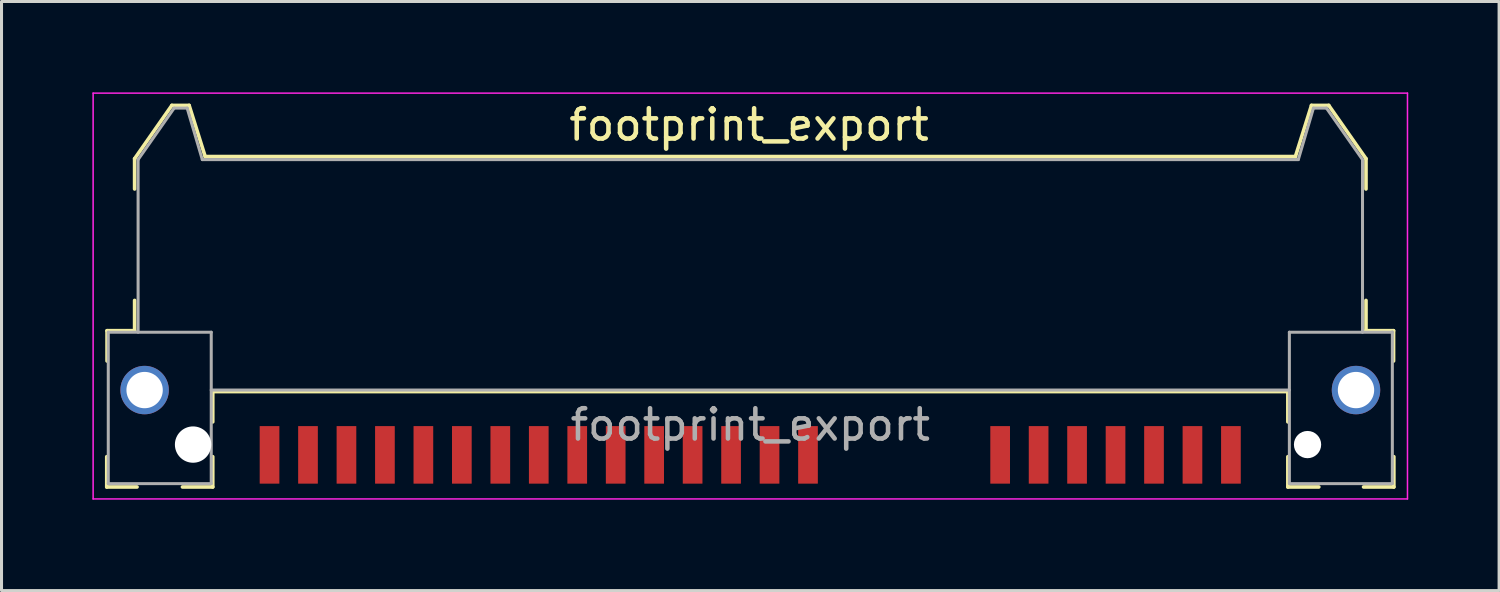
<source format=kicad_pcb>
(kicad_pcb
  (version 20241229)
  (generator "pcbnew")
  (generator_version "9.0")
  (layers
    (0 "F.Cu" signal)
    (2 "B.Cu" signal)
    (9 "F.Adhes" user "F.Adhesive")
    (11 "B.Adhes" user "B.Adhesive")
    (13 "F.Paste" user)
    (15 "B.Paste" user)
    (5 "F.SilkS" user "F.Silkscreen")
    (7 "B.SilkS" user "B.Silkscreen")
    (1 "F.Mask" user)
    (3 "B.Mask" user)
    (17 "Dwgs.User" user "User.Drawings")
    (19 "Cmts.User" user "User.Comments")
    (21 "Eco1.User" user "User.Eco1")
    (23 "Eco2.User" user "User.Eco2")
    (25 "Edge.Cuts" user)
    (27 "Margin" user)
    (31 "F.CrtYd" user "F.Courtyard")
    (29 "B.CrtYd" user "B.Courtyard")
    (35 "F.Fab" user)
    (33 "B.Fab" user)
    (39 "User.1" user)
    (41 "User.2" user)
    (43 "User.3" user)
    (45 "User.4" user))
  (footprint "footprint_export"
    (layer "F.Cu")
    (at 21.725 10.975)
    (property "Reference" "footprint_export" (at -0.041 -9.906 0) (layer "F.SilkS") (effects (font (size 1 1) (thickness 0.15))))
    (attr smd)
    (fp_line (start -21.25 1.055) (end -21.25 2.055) (stroke (width 0.12) (type solid)) (layer "F.SilkS"))
    (fp_line (start -21.25 2.055) (end -20.25 2.055) (stroke (width 0.12) (type solid)) (layer "F.SilkS"))
    (fp_line (start -21.24 -3.105) (end -21.24 -2.105) (stroke (width 0.12) (type solid)) (layer "F.SilkS"))
    (fp_line (start -21.24 -3.105) (end -20.33 -3.105) (stroke (width 0.12) (type solid)) (layer "F.SilkS"))
    (fp_line (start -20.33 -8.785) (end -20.33 -7.785) (stroke (width 0.12) (type solid)) (layer "F.SilkS"))
    (fp_line (start -20.33 -8.785) (end -19.1 -10.545) (stroke (width 0.12) (type solid)) (layer "F.SilkS"))
    (fp_line (start -20.33 -3.105) (end -20.33 -4.105) (stroke (width 0.12) (type solid)) (layer "F.SilkS"))
    (fp_line (start -19.1 -10.545) (end -18.53 -10.545) (stroke (width 0.12) (type solid)) (layer "F.SilkS"))
    (fp_line (start -18.75 2.055) (end -17.75 2.055) (stroke (width 0.12) (type solid)) (layer "F.SilkS"))
    (fp_line (start -18 -8.855) (end -18.53 -10.545) (stroke (width 0.12) (type solid)) (layer "F.SilkS"))
    (fp_line (start -17.75 -1.095) (end -17.75 -0.095) (stroke (width 0.12) (type solid)) (layer "F.SilkS"))
    (fp_line (start -17.75 1.055) (end -17.75 2.055) (stroke (width 0.12) (type solid)) (layer "F.SilkS"))
    (fp_line (start 17.75 -1.095) (end -17.75 -1.095) (stroke (width 0.12) (type solid)) (layer "F.SilkS"))
    (fp_line (start 17.75 -1.095) (end 17.75 -0.095) (stroke (width 0.12) (type solid)) (layer "F.SilkS"))
    (fp_line (start 17.75 1.055) (end 17.75 2.055) (stroke (width 0.12) (type solid)) (layer "F.SilkS"))
    (fp_line (start 18 -8.855) (end -18 -8.855) (stroke (width 0.12) (type solid)) (layer "F.SilkS"))
    (fp_line (start 18 -8.855) (end 18.53 -10.545) (stroke (width 0.12) (type solid)) (layer "F.SilkS"))
    (fp_line (start 18.773 2.055) (end 17.75 2.055) (stroke (width 0.12) (type solid)) (layer "F.SilkS"))
    (fp_line (start 19.1 -10.545) (end 18.53 -10.545) (stroke (width 0.12) (type solid)) (layer "F.SilkS"))
    (fp_line (start 20.33 -8.785) (end 19.1 -10.545) (stroke (width 0.12) (type solid)) (layer "F.SilkS"))
    (fp_line (start 20.33 -8.785) (end 20.33 -7.785) (stroke (width 0.12) (type solid)) (layer "F.SilkS"))
    (fp_line (start 20.33 -3.105) (end 20.33 -4.105) (stroke (width 0.12) (type solid)) (layer "F.SilkS"))
    (fp_line (start 21.24 -3.105) (end 20.33 -3.105) (stroke (width 0.12) (type solid)) (layer "F.SilkS"))
    (fp_line (start 21.24 -3.105) (end 21.24 -2.105) (stroke (width 0.12) (type solid)) (layer "F.SilkS"))
    (fp_line (start 21.25 1.055) (end 21.25 2.055) (stroke (width 0.12) (type solid)) (layer "F.SilkS"))
    (fp_line (start 21.25 2.055) (end 20.25 2.055) (stroke (width 0.12) (type solid)) (layer "F.SilkS"))
    (fp_line (start -21.7 -10.95) (end -21.7 2.45) (stroke (width 0.05) (type solid)) (layer "F.CrtYd"))
    (fp_line (start -21.7 -10.95) (end 21.7 -10.95) (stroke (width 0.05) (type solid)) (layer "F.CrtYd"))
    (fp_line (start -21.7 2.45) (end 21.7 2.45) (stroke (width 0.05) (type solid)) (layer "F.CrtYd"))
    (fp_line (start 21.7 -10.95) (end 21.7 2.45) (stroke (width 0.05) (type solid)) (layer "F.CrtYd"))
    (fp_line (start -21.2 -3.055) (end -21.2 1.945) (stroke (width 0.1) (type solid)) (layer "F.Fab"))
    (fp_line (start -21.2 -3.055) (end -17.8 -3.055) (stroke (width 0.1) (type solid)) (layer "F.Fab"))
    (fp_line (start -21.2 1.945) (end -17.8 1.945) (stroke (width 0.1) (type solid)) (layer "F.Fab"))
    (fp_line (start -20.215 -8.755) (end -20.215 -3.055) (stroke (width 0.1) (type solid)) (layer "F.Fab"))
    (fp_line (start -20.215 -8.755) (end -19.025 -10.455) (stroke (width 0.1) (type solid)) (layer "F.Fab"))
    (fp_line (start -18.595 -10.455) (end -19.025 -10.455) (stroke (width 0.1) (type solid)) (layer "F.Fab"))
    (fp_line (start -18.595 -10.455) (end -18.095 -8.755) (stroke (width 0.1) (type solid)) (layer "F.Fab"))
    (fp_line (start -17.8 -3.055) (end -17.8 1.945) (stroke (width 0.1) (type solid)) (layer "F.Fab"))
    (fp_line (start 17.8 -3.055) (end 17.8 1.93) (stroke (width 0.1) (type solid)) (layer "F.Fab"))
    (fp_line (start 17.8 -1.145) (end -17.8 -1.145) (stroke (width 0.1) (type solid)) (layer "F.Fab"))
    (fp_line (start 18.095 -8.755) (end -18.095 -8.755) (stroke (width 0.1) (type solid)) (layer "F.Fab"))
    (fp_line (start 18.595 -10.455) (end 18.095 -8.755) (stroke (width 0.1) (type solid)) (layer "F.Fab"))
    (fp_line (start 18.595 -10.455) (end 19.025 -10.455) (stroke (width 0.1) (type solid)) (layer "F.Fab"))
    (fp_line (start 20.215 -8.755) (end 19.025 -10.455) (stroke (width 0.1) (type solid)) (layer "F.Fab"))
    (fp_line (start 20.215 -8.755) (end 20.215 -3.055) (stroke (width 0.1) (type solid)) (layer "F.Fab"))
    (fp_line (start 21.2 -3.063) (end 21.2 1.937) (stroke (width 0.1) (type solid)) (layer "F.Fab"))
    (fp_line (start 21.2 -3.055) (end 17.8 -3.055) (stroke (width 0.1) (type solid)) (layer "F.Fab"))
    (fp_line (start 21.2 1.945) (end 17.8 1.945) (stroke (width 0.1) (type solid)) (layer "F.Fab"))
    (fp_text user "${REFERENCE}" (at 0 0 0) (layer "F.Fab") (effects (font (size 1 1) (thickness 0.15))))
    (pad "" np_thru_hole circle (at -18.4 0.655) (size 1.2 1.2) (drill 1.2) (layers "*.Mask" "B.Cu"))
    (pad "" np_thru_hole circle (at 18.4 0.655) (size 0.9 0.9) (drill 0.9) (layers "*.Mask" "B.Cu"))
    (pad "MP" thru_hole circle (at -20 -1.145) (size 1.6 1.6) (drill 1.2) (layers "*.Cu" "*.Mask"))
    (pad "MP" thru_hole circle (at 20 -1.145) (size 1.6 1.6) (drill 1.2) (layers "*.Cu" "*.Mask"))
    (pad "P1" smd rect (at 1.905 0.995) (size 0.65 1.9) (layers "F.Cu" "F.Mask" "F.Paste"))
    (pad "P2" smd rect (at 0.635 0.995) (size 0.65 1.9) (layers "F.Cu" "F.Mask" "F.Paste"))
    (pad "P3" smd rect (at -0.635 0.995) (size 0.65 1.9) (layers "F.Cu" "F.Mask" "F.Paste"))
    (pad "P4" smd rect (at -1.905 0.995) (size 0.65 1.9) (layers "F.Cu" "F.Mask" "F.Paste"))
    (pad "P5" smd rect (at -3.175 0.995) (size 0.65 1.9) (layers "F.Cu" "F.Mask" "F.Paste"))
    (pad "P6" smd rect (at -4.445 0.995) (size 0.65 1.9) (layers "F.Cu" "F.Mask" "F.Paste"))
    (pad "P7" smd rect (at -5.715 0.995) (size 0.65 1.9) (layers "F.Cu" "F.Mask" "F.Paste"))
    (pad "P8" smd rect (at -6.985 0.995) (size 0.65 1.9) (layers "F.Cu" "F.Mask" "F.Paste"))
    (pad "P9" smd rect (at -8.255 0.995) (size 0.65 1.9) (layers "F.Cu" "F.Mask" "F.Paste"))
    (pad "P10" smd rect (at -9.525 0.995) (size 0.65 1.9) (layers "F.Cu" "F.Mask" "F.Paste"))
    (pad "P11" smd rect (at -10.795 0.995) (size 0.65 1.9) (layers "F.Cu" "F.Mask" "F.Paste"))
    (pad "P12" smd rect (at -12.065 0.995) (size 0.65 1.9) (layers "F.Cu" "F.Mask" "F.Paste"))
    (pad "P13" smd rect (at -13.335 0.995) (size 0.65 1.9) (layers "F.Cu" "F.Mask" "F.Paste"))
    (pad "P14" smd rect (at -14.605 0.995) (size 0.65 1.9) (layers "F.Cu" "F.Mask" "F.Paste"))
    (pad "P15" smd rect (at -15.875 0.995) (size 0.65 1.9) (layers "F.Cu" "F.Mask" "F.Paste"))
    (pad "S1" smd rect (at 15.87 0.995) (size 0.65 1.9) (layers "F.Cu" "F.Mask" "F.Paste"))
    (pad "S2" smd rect (at 14.6 0.995) (size 0.65 1.9) (layers "F.Cu" "F.Mask" "F.Paste"))
    (pad "S3" smd rect (at 13.33 0.995) (size 0.65 1.9) (layers "F.Cu" "F.Mask" "F.Paste"))
    (pad "S4" smd rect (at 12.06 0.995) (size 0.65 1.9) (layers "F.Cu" "F.Mask" "F.Paste"))
    (pad "S5" smd rect (at 10.79 0.995) (size 0.65 1.9) (layers "F.Cu" "F.Mask" "F.Paste"))
    (pad "S6" smd rect (at 9.52 0.995) (size 0.65 1.9) (layers "F.Cu" "F.Mask" "F.Paste"))
    (pad "S7" smd rect (at 8.25 0.995) (size 0.65 1.9) (layers "F.Cu" "F.Mask" "F.Paste")))
  (gr_rect
    (start -3 -3)
    (end 46.45 16.45)
    (stroke (width 0.1) (type default))
    (fill no)
    (layer "Edge.Cuts")))
</source>
